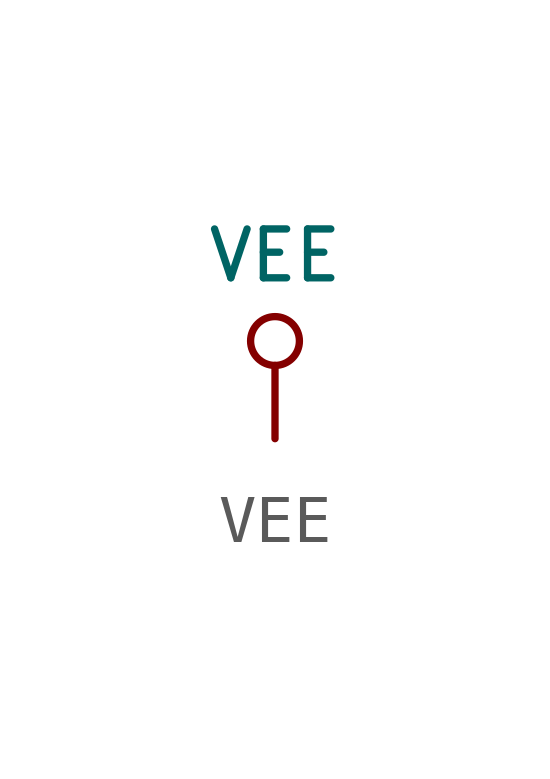
<source format=kicad_sym>
(kicad_symbol_lib
  (version 20211014)
  (generator kicad_symbol_editor)
  (symbol "VEE"
    (pin_names
      (offset 0))
    (property "Reference" "#PWR"
      (at 0 5.08 0)
      (effects (font (size 1.016 1.016)) hide))
    (property "Value" "VEE"
      (at 0 3.81 0)
      (effects (font (size 1.016 1.016))))
    (symbol "VEE_0_0"
      (pin power_in line (at 0 0 90) (length 0) hide (name "VEE" (effects (font (size 1.016 1.016)))) (number "1" (effects (font (size 1.016 1.016))))))
    (symbol "VEE_0_1"
      (polyline (pts (xy 0 1.524) (xy 0 0)) (stroke (width 0) (type default) (color 0 0 0 0)) (fill (type none)))
      (circle (center 0 2.032) (radius 0.508) (stroke (width 0) (type default) (color 0 0 0 0)) (fill (type none))))))
</source>
